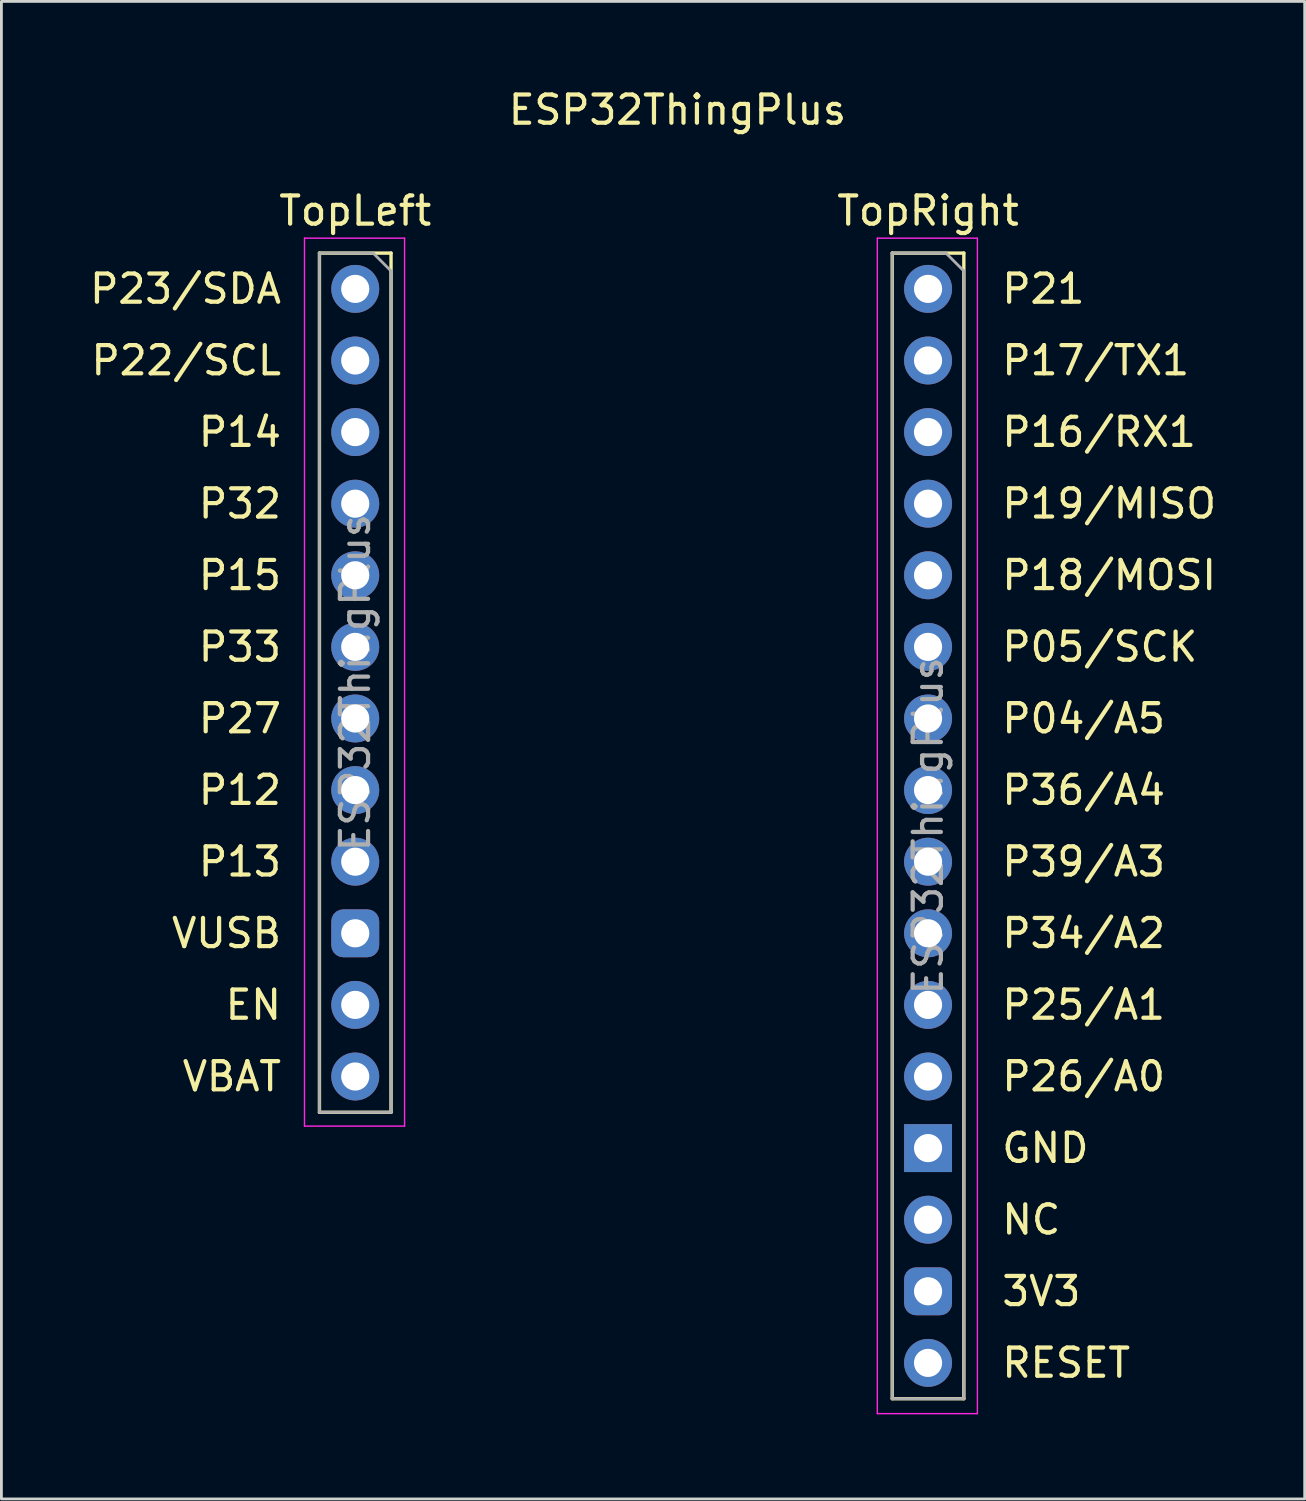
<source format=kicad_pcb>
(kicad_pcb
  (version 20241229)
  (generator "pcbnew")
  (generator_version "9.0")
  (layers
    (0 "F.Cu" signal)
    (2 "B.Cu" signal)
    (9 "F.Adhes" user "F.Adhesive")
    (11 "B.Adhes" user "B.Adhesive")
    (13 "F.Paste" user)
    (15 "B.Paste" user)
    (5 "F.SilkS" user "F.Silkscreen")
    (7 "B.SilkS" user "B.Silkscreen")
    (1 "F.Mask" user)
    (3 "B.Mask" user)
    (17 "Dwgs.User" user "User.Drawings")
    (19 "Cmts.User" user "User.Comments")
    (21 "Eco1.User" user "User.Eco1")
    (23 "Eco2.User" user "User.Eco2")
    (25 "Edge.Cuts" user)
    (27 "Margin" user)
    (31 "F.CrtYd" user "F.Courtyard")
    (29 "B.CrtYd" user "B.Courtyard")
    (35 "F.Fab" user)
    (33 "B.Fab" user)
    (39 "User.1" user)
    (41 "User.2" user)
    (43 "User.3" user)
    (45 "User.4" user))
  (footprint "ESP32ThingPlus"
    (layer "F.Cu")
    (at 19.712 18.628)
    (property "Reference" "ESP32ThingPlus" (at 1.27 -17.78 0) (layer "F.SilkS") (effects (font (size 1 1) (thickness 0.15))))
    (attr through_hole)
    (fp_line (start -11.43 -12.7) (end -8.89 -12.7) (stroke (width 0.12) (type solid)) (layer "F.SilkS"))
    (fp_line (start -11.43 17.78) (end -11.43 -12.7) (stroke (width 0.12) (type solid)) (layer "F.SilkS"))
    (fp_line (start -8.89 -12.7) (end -8.89 17.78) (stroke (width 0.12) (type solid)) (layer "F.SilkS"))
    (fp_line (start -8.89 17.78) (end -11.43 17.78) (stroke (width 0.12) (type solid)) (layer "F.SilkS"))
    (fp_line (start 8.89 -12.7) (end 8.89 27.94) (stroke (width 0.12) (type solid)) (layer "F.SilkS"))
    (fp_line (start 8.89 27.94) (end 11.43 27.94) (stroke (width 0.12) (type solid)) (layer "F.SilkS"))
    (fp_line (start 11.43 -12.7) (end 8.89 -12.7) (stroke (width 0.12) (type solid)) (layer "F.SilkS"))
    (fp_line (start 11.43 27.94) (end 11.43 -12.7) (stroke (width 0.12) (type solid)) (layer "F.SilkS"))
    (fp_line (start -11.96 -13.23) (end -8.41 -13.23) (stroke (width 0.05) (type solid)) (layer "F.CrtYd"))
    (fp_line (start -11.96 18.27) (end -11.96 -13.23) (stroke (width 0.05) (type solid)) (layer "F.CrtYd"))
    (fp_line (start -8.41 -13.23) (end -8.41 18.27) (stroke (width 0.05) (type solid)) (layer "F.CrtYd"))
    (fp_line (start -8.41 18.27) (end -11.96 18.27) (stroke (width 0.05) (type solid)) (layer "F.CrtYd"))
    (fp_line (start 8.36 -13.23) (end 11.91 -13.23) (stroke (width 0.05) (type solid)) (layer "F.CrtYd"))
    (fp_line (start 8.36 28.47) (end 8.36 -13.23) (stroke (width 0.05) (type solid)) (layer "F.CrtYd"))
    (fp_line (start 11.91 -13.23) (end 11.91 28.47) (stroke (width 0.05) (type solid)) (layer "F.CrtYd"))
    (fp_line (start 11.91 28.47) (end 8.36 28.47) (stroke (width 0.05) (type solid)) (layer "F.CrtYd"))
    (fp_line (start -11.43 -12.7) (end -9.525 -12.7) (stroke (width 0.1) (type solid)) (layer "F.Fab"))
    (fp_line (start -11.43 17.78) (end -11.43 -12.7) (stroke (width 0.1) (type solid)) (layer "F.Fab"))
    (fp_line (start -9.525 -12.7) (end -8.89 -12.065) (stroke (width 0.1) (type solid)) (layer "F.Fab"))
    (fp_line (start -8.89 -12.065) (end -8.89 17.78) (stroke (width 0.1) (type solid)) (layer "F.Fab"))
    (fp_line (start -8.89 17.78) (end -11.43 17.78) (stroke (width 0.1) (type solid)) (layer "F.Fab"))
    (fp_line (start 8.89 -12.7) (end 10.795 -12.7) (stroke (width 0.1) (type solid)) (layer "F.Fab"))
    (fp_line (start 8.89 27.94) (end 8.89 -12.7) (stroke (width 0.1) (type solid)) (layer "F.Fab"))
    (fp_line (start 10.795 -12.7) (end 11.43 -12.065) (stroke (width 0.1) (type solid)) (layer "F.Fab"))
    (fp_line (start 11.43 -12.065) (end 11.43 27.94) (stroke (width 0.1) (type solid)) (layer "F.Fab"))
    (fp_line (start 11.43 27.94) (end 8.89 27.94) (stroke (width 0.1) (type solid)) (layer "F.Fab"))
    (fp_text user "P17/TX1" (at 12.7 -8.89 0) (layer "F.SilkS") (effects (font (size 1 1) (thickness 0.15)) (justify left)))
    (fp_text user "P27" (at -12.7 3.81 0) (layer "F.SilkS") (effects (font (size 1 1) (thickness 0.15)) (justify right)))
    (fp_text user "P34/A2" (at 12.7 11.43 0) (layer "F.SilkS") (effects (font (size 1 1) (thickness 0.15)) (justify left)))
    (fp_text user "RESET" (at 12.7 26.67 0) (layer "F.SilkS") (effects (font (size 1 1) (thickness 0.15)) (justify left)))
    (fp_text user "P19/MISO" (at 12.7 -3.81 0) (layer "F.SilkS") (effects (font (size 1 1) (thickness 0.15)) (justify left)))
    (fp_text user "P18/MOSI" (at 12.7 -1.27 0) (layer "F.SilkS") (effects (font (size 1 1) (thickness 0.15)) (justify left)))
    (fp_text user "TopLeft" (at -10.16 -14.2 0) (layer "F.SilkS") (effects (font (size 1 1) (thickness 0.15))))
    (fp_text user "P16/RX1" (at 12.7 -6.35 0) (layer "F.SilkS") (effects (font (size 1 1) (thickness 0.15)) (justify left)))
    (fp_text user "P21" (at 12.7 -11.43 0) (layer "F.SilkS") (effects (font (size 1 1) (thickness 0.15)) (justify left)))
    (fp_text user "P36/A4" (at 12.7 6.35 0) (layer "F.SilkS") (effects (font (size 1 1) (thickness 0.15)) (justify left)))
    (fp_text user "P05/SCK" (at 12.7 1.27 0) (layer "F.SilkS") (effects (font (size 1 1) (thickness 0.15)) (justify left)))
    (fp_text user "P32" (at -12.7 -3.81 0) (layer "F.SilkS") (effects (font (size 1 1) (thickness 0.15)) (justify right)))
    (fp_text user "P22/SCL" (at -12.7 -8.89 0) (layer "F.SilkS") (effects (font (size 1 1) (thickness 0.15)) (justify right)))
    (fp_text user "3V3" (at 12.7 24.13 0) (layer "F.SilkS") (effects (font (size 1 1) (thickness 0.15)) (justify left)))
    (fp_text user "P39/A3" (at 12.7 8.89 0) (layer "F.SilkS") (effects (font (size 1 1) (thickness 0.15)) (justify left)))
    (fp_text user "P14" (at -12.7 -6.35 0) (layer "F.SilkS") (effects (font (size 1 1) (thickness 0.15)) (justify right)))
    (fp_text user "VBAT" (at -12.7 16.51 0) (layer "F.SilkS") (effects (font (size 1 1) (thickness 0.15)) (justify right)))
    (fp_text user "P33" (at -12.7 1.27 0) (layer "F.SilkS") (effects (font (size 1 1) (thickness 0.15)) (justify right)))
    (fp_text user "EN" (at -12.7 13.97 0) (layer "F.SilkS") (effects (font (size 1 1) (thickness 0.15)) (justify right)))
    (fp_text user "P25/A1" (at 12.7 13.97 0) (layer "F.SilkS") (effects (font (size 1 1) (thickness 0.15)) (justify left)))
    (fp_text user "P26/A0" (at 12.7 16.51 0) (layer "F.SilkS") (effects (font (size 1 1) (thickness 0.15)) (justify left)))
    (fp_text user "P13" (at -12.7 8.89 0) (layer "F.SilkS") (effects (font (size 1 1) (thickness 0.15)) (justify right)))
    (fp_text user "VUSB" (at -12.7 11.43 0) (layer "F.SilkS") (effects (font (size 1 1) (thickness 0.15)) (justify right)))
    (fp_text user "NC" (at 12.7 21.59 0) (layer "F.SilkS") (effects (font (size 1 1) (thickness 0.15)) (justify left)))
    (fp_text user "P23/SDA" (at -12.7 -11.43 0) (layer "F.SilkS") (effects (font (size 1 1) (thickness 0.15)) (justify right)))
    (fp_text user "P12" (at -12.7 6.35 0) (layer "F.SilkS") (effects (font (size 1 1) (thickness 0.15)) (justify right)))
    (fp_text user "GND" (at 12.7 19.05 0) (layer "F.SilkS") (effects (font (size 1 1) (thickness 0.15)) (justify left)))
    (fp_text user "P15" (at -12.7 -1.27 0) (layer "F.SilkS") (effects (font (size 1 1) (thickness 0.15)) (justify right)))
    (fp_text user "P04/A5" (at 12.7 3.81 0) (layer "F.SilkS") (effects (font (size 1 1) (thickness 0.15)) (justify left)))
    (fp_text user "TopRight" (at 10.16 -14.2 0) (layer "F.SilkS") (effects (font (size 1 1) (thickness 0.15))))
    (fp_text user "${REFERENCE}" (at 10.16 7.62 90) (layer "F.Fab") (effects (font (size 1 1) (thickness 0.15))))
    (fp_text user "${REFERENCE}" (at -10.16 2.54 90) (layer "F.Fab") (effects (font (size 1 1) (thickness 0.15))))
    (pad "3V3" thru_hole roundrect (at 10.16 24.13) (size 1.7 1.7) (drill 1) (layers "*.Cu" "*.Mask") (roundrect_rratio 0.25))
    (pad "EN" thru_hole oval (at -10.16 13.97) (size 1.7 1.7) (drill 1) (layers "*.Cu" "*.Mask"))
    (pad "GND" thru_hole rect (at 10.16 19.05) (size 1.7 1.7) (drill 1) (layers "*.Cu" "*.Mask"))
    (pad "NC" thru_hole oval (at 10.16 21.59) (size 1.7 1.7) (drill 1) (layers "*.Cu" "*.Mask"))
    (pad "P04" thru_hole oval (at 10.16 3.81) (size 1.7 1.7) (drill 1) (layers "*.Cu" "*.Mask"))
    (pad "P05" thru_hole oval (at 10.16 1.27) (size 1.7 1.7) (drill 1) (layers "*.Cu" "*.Mask"))
    (pad "P12" thru_hole oval (at -10.16 6.35) (size 1.7 1.7) (drill 1) (layers "*.Cu" "*.Mask"))
    (pad "P13" thru_hole oval (at -10.16 8.89) (size 1.7 1.7) (drill 1) (layers "*.Cu" "*.Mask"))
    (pad "P14" thru_hole oval (at -10.16 -6.35) (size 1.7 1.7) (drill 1) (layers "*.Cu" "*.Mask"))
    (pad "P15" thru_hole oval (at -10.16 -1.27) (size 1.7 1.7) (drill 1) (layers "*.Cu" "*.Mask"))
    (pad "P16" thru_hole oval (at 10.16 -6.35) (size 1.7 1.7) (drill 1) (layers "*.Cu" "*.Mask"))
    (pad "P17" thru_hole oval (at 10.16 -8.89) (size 1.7 1.7) (drill 1) (layers "*.Cu" "*.Mask"))
    (pad "P18" thru_hole oval (at 10.16 -1.27) (size 1.7 1.7) (drill 1) (layers "*.Cu" "*.Mask"))
    (pad "P19" thru_hole oval (at 10.16 -3.81) (size 1.7 1.7) (drill 1) (layers "*.Cu" "*.Mask"))
    (pad "P21" thru_hole circle (at 10.16 -11.43) (size 1.7 1.7) (drill 1) (layers "*.Cu" "*.Mask"))
    (pad "P22" thru_hole oval (at -10.16 -8.89) (size 1.7 1.7) (drill 1) (layers "*.Cu" "*.Mask"))
    (pad "P23" thru_hole oval (at -10.16 -11.43) (size 1.7 1.7) (drill 1) (layers "*.Cu" "*.Mask"))
    (pad "P25" thru_hole oval (at 10.16 13.97) (size 1.7 1.7) (drill 1) (layers "*.Cu" "*.Mask"))
    (pad "P26" thru_hole oval (at 10.16 16.51) (size 1.7 1.7) (drill 1) (layers "*.Cu" "*.Mask"))
    (pad "P27" thru_hole oval (at -10.16 3.81) (size 1.7 1.7) (drill 1) (layers "*.Cu" "*.Mask"))
    (pad "P32" thru_hole oval (at -10.16 -3.81) (size 1.7 1.7) (drill 1) (layers "*.Cu" "*.Mask"))
    (pad "P33" thru_hole oval (at -10.16 1.27) (size 1.7 1.7) (drill 1) (layers "*.Cu" "*.Mask"))
    (pad "P34" thru_hole oval (at 10.16 11.43) (size 1.7 1.7) (drill 1) (layers "*.Cu" "*.Mask"))
    (pad "P36" thru_hole oval (at 10.16 6.35) (size 1.7 1.7) (drill 1) (layers "*.Cu" "*.Mask"))
    (pad "P39" thru_hole oval (at 10.16 8.89) (size 1.7 1.7) (drill 1) (layers "*.Cu" "*.Mask"))
    (pad "RESET" thru_hole oval (at 10.16 26.67) (size 1.7 1.7) (drill 1) (layers "*.Cu" "*.Mask"))
    (pad "VBAT" thru_hole oval (at -10.16 16.51) (size 1.7 1.7) (drill 1) (layers "*.Cu" "*.Mask"))
    (pad "VUSB" thru_hole roundrect (at -10.16 11.43) (size 1.7 1.7) (drill 1) (layers "*.Cu" "*.Mask") (roundrect_rratio 0.25)))
  (gr_rect
    (start -3 -3)
    (end 43.233 50.123)
    (stroke (width 0.1) (type default))
    (fill no)
    (layer "Edge.Cuts")))
</source>
